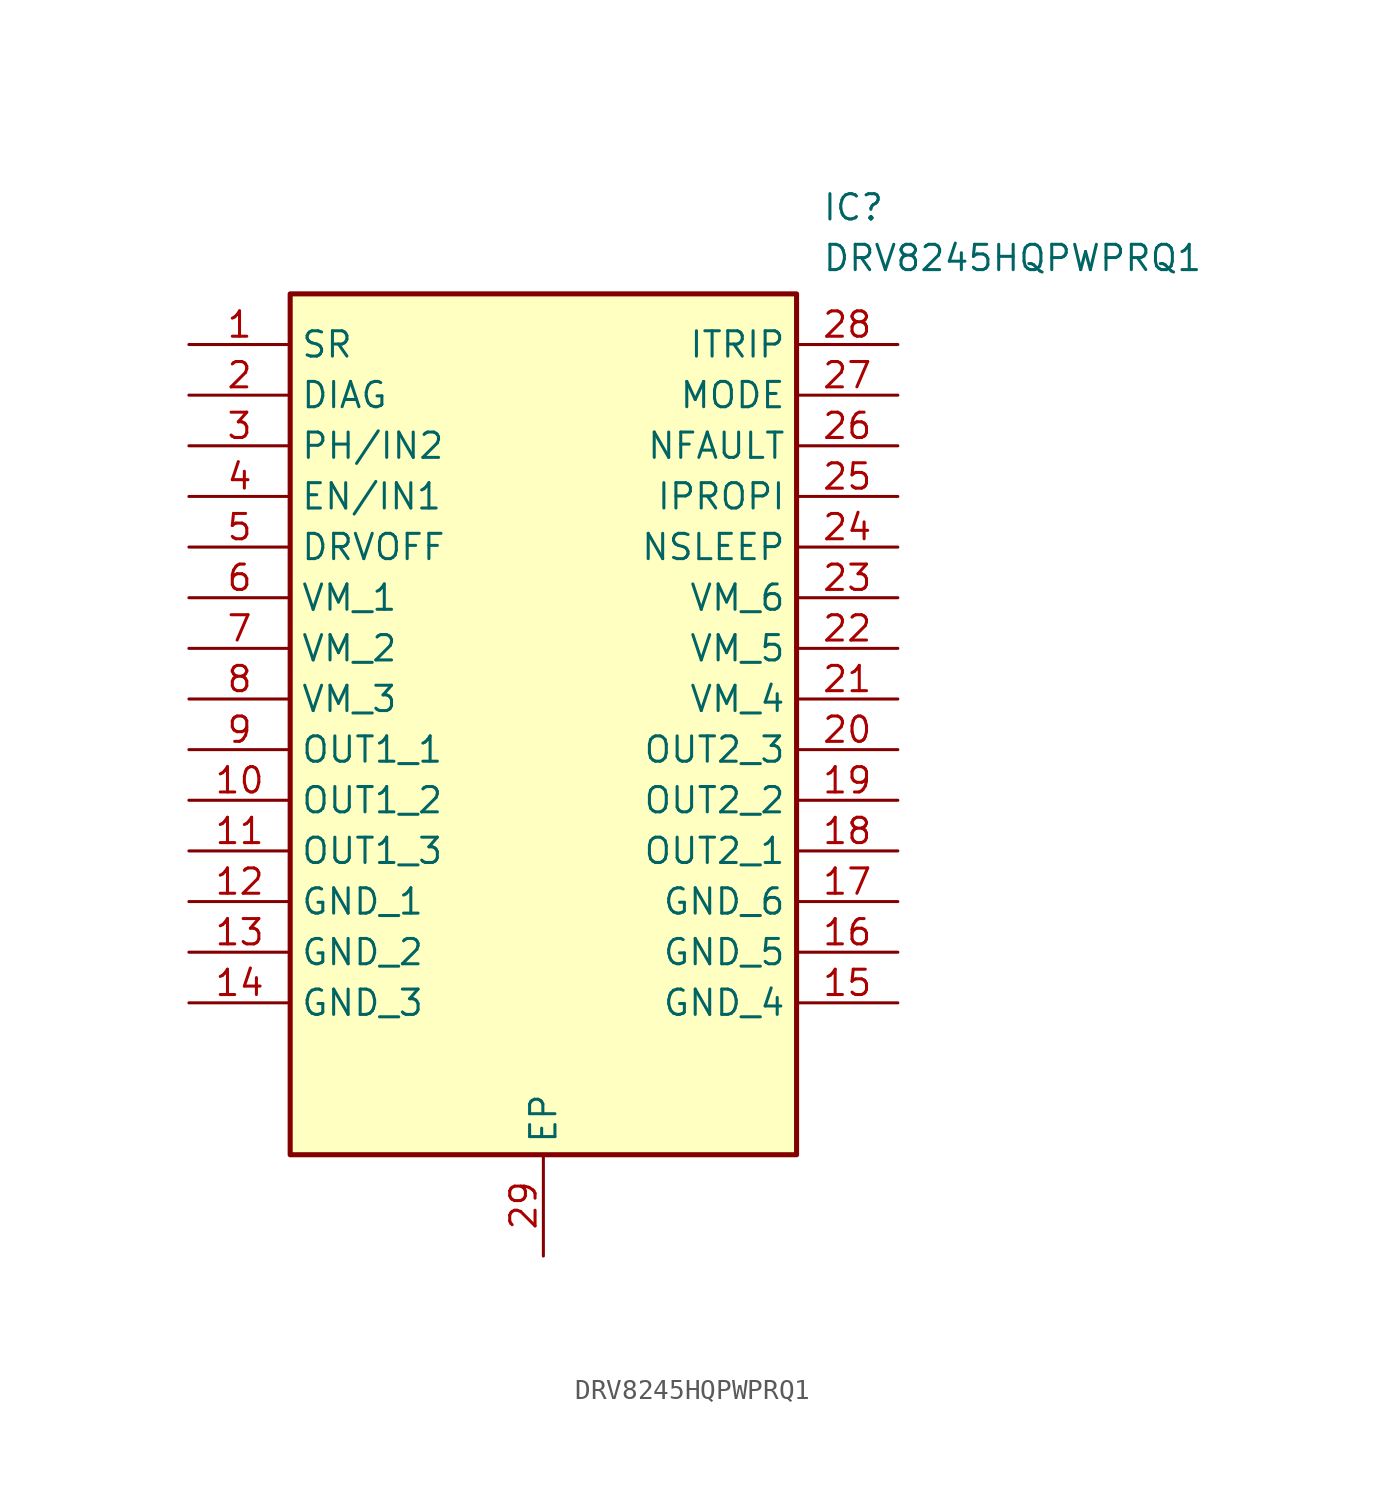
<source format=kicad_sym>
(kicad_symbol_lib
  (version 20211014)
  (generator SamacSys_ECAD_Model)
  (symbol "DRV8245HQPWPRQ1"
    (property "Reference" "IC"
      (at 31.75 7.62 0)
      (effects (font (size 1.27 1.27)) (justify left top)))
    (property "Value" "DRV8245HQPWPRQ1"
      (at 31.75 5.08 0)
      (effects (font (size 1.27 1.27)) (justify left top)))
    (rectangle
      (start 5.08 2.54)
      (end 30.48 -40.64)
      (stroke (width 0.254) (type default))
      (fill (type background)))
    (pin passive line
      (at 0 0 0)
      (length 5.08)
      (name "SR" (effects (font (size 1.27 1.27))))
      (number "1" (effects (font (size 1.27 1.27)))))
    (pin passive line
      (at 0 -2.54 0)
      (length 5.08)
      (name "DIAG" (effects (font (size 1.27 1.27))))
      (number "2" (effects (font (size 1.27 1.27)))))
    (pin passive line
      (at 0 -5.08 0)
      (length 5.08)
      (name "PH/IN2" (effects (font (size 1.27 1.27))))
      (number "3" (effects (font (size 1.27 1.27)))))
    (pin passive line
      (at 0 -7.62 0)
      (length 5.08)
      (name "EN/IN1" (effects (font (size 1.27 1.27))))
      (number "4" (effects (font (size 1.27 1.27)))))
    (pin passive line
      (at 0 -10.16 0)
      (length 5.08)
      (name "DRVOFF" (effects (font (size 1.27 1.27))))
      (number "5" (effects (font (size 1.27 1.27)))))
    (pin passive line
      (at 0 -12.7 0)
      (length 5.08)
      (name "VM_1" (effects (font (size 1.27 1.27))))
      (number "6" (effects (font (size 1.27 1.27)))))
    (pin passive line
      (at 0 -15.24 0)
      (length 5.08)
      (name "VM_2" (effects (font (size 1.27 1.27))))
      (number "7" (effects (font (size 1.27 1.27)))))
    (pin passive line
      (at 0 -17.78 0)
      (length 5.08)
      (name "VM_3" (effects (font (size 1.27 1.27))))
      (number "8" (effects (font (size 1.27 1.27)))))
    (pin passive line
      (at 0 -20.32 0)
      (length 5.08)
      (name "OUT1_1" (effects (font (size 1.27 1.27))))
      (number "9" (effects (font (size 1.27 1.27)))))
    (pin passive line
      (at 0 -22.86 0)
      (length 5.08)
      (name "OUT1_2" (effects (font (size 1.27 1.27))))
      (number "10" (effects (font (size 1.27 1.27)))))
    (pin passive line
      (at 0 -25.4 0)
      (length 5.08)
      (name "OUT1_3" (effects (font (size 1.27 1.27))))
      (number "11" (effects (font (size 1.27 1.27)))))
    (pin passive line
      (at 0 -27.94 0)
      (length 5.08)
      (name "GND_1" (effects (font (size 1.27 1.27))))
      (number "12" (effects (font (size 1.27 1.27)))))
    (pin passive line
      (at 0 -30.48 0)
      (length 5.08)
      (name "GND_2" (effects (font (size 1.27 1.27))))
      (number "13" (effects (font (size 1.27 1.27)))))
    (pin passive line
      (at 0 -33.02 0)
      (length 5.08)
      (name "GND_3" (effects (font (size 1.27 1.27))))
      (number "14" (effects (font (size 1.27 1.27)))))
    (pin passive line
      (at 17.78 -45.72 90)
      (length 5.08)
      (name "EP" (effects (font (size 1.27 1.27))))
      (number "29" (effects (font (size 1.27 1.27)))))
    (pin passive line
      (at 35.56 0 180)
      (length 5.08)
      (name "ITRIP" (effects (font (size 1.27 1.27))))
      (number "28" (effects (font (size 1.27 1.27)))))
    (pin passive line
      (at 35.56 -2.54 180)
      (length 5.08)
      (name "MODE" (effects (font (size 1.27 1.27))))
      (number "27" (effects (font (size 1.27 1.27)))))
    (pin passive line
      (at 35.56 -5.08 180)
      (length 5.08)
      (name "NFAULT" (effects (font (size 1.27 1.27))))
      (number "26" (effects (font (size 1.27 1.27)))))
    (pin passive line
      (at 35.56 -7.62 180)
      (length 5.08)
      (name "IPROPI" (effects (font (size 1.27 1.27))))
      (number "25" (effects (font (size 1.27 1.27)))))
    (pin passive line
      (at 35.56 -10.16 180)
      (length 5.08)
      (name "NSLEEP" (effects (font (size 1.27 1.27))))
      (number "24" (effects (font (size 1.27 1.27)))))
    (pin passive line
      (at 35.56 -12.7 180)
      (length 5.08)
      (name "VM_6" (effects (font (size 1.27 1.27))))
      (number "23" (effects (font (size 1.27 1.27)))))
    (pin passive line
      (at 35.56 -15.24 180)
      (length 5.08)
      (name "VM_5" (effects (font (size 1.27 1.27))))
      (number "22" (effects (font (size 1.27 1.27)))))
    (pin passive line
      (at 35.56 -17.78 180)
      (length 5.08)
      (name "VM_4" (effects (font (size 1.27 1.27))))
      (number "21" (effects (font (size 1.27 1.27)))))
    (pin passive line
      (at 35.56 -20.32 180)
      (length 5.08)
      (name "OUT2_3" (effects (font (size 1.27 1.27))))
      (number "20" (effects (font (size 1.27 1.27)))))
    (pin passive line
      (at 35.56 -22.86 180)
      (length 5.08)
      (name "OUT2_2" (effects (font (size 1.27 1.27))))
      (number "19" (effects (font (size 1.27 1.27)))))
    (pin passive line
      (at 35.56 -25.4 180)
      (length 5.08)
      (name "OUT2_1" (effects (font (size 1.27 1.27))))
      (number "18" (effects (font (size 1.27 1.27)))))
    (pin passive line
      (at 35.56 -27.94 180)
      (length 5.08)
      (name "GND_6" (effects (font (size 1.27 1.27))))
      (number "17" (effects (font (size 1.27 1.27)))))
    (pin passive line
      (at 35.56 -30.48 180)
      (length 5.08)
      (name "GND_5" (effects (font (size 1.27 1.27))))
      (number "16" (effects (font (size 1.27 1.27)))))
    (pin passive line
      (at 35.56 -33.02 180)
      (length 5.08)
      (name "GND_4" (effects (font (size 1.27 1.27))))
      (number "15" (effects (font (size 1.27 1.27)))))))
</source>
